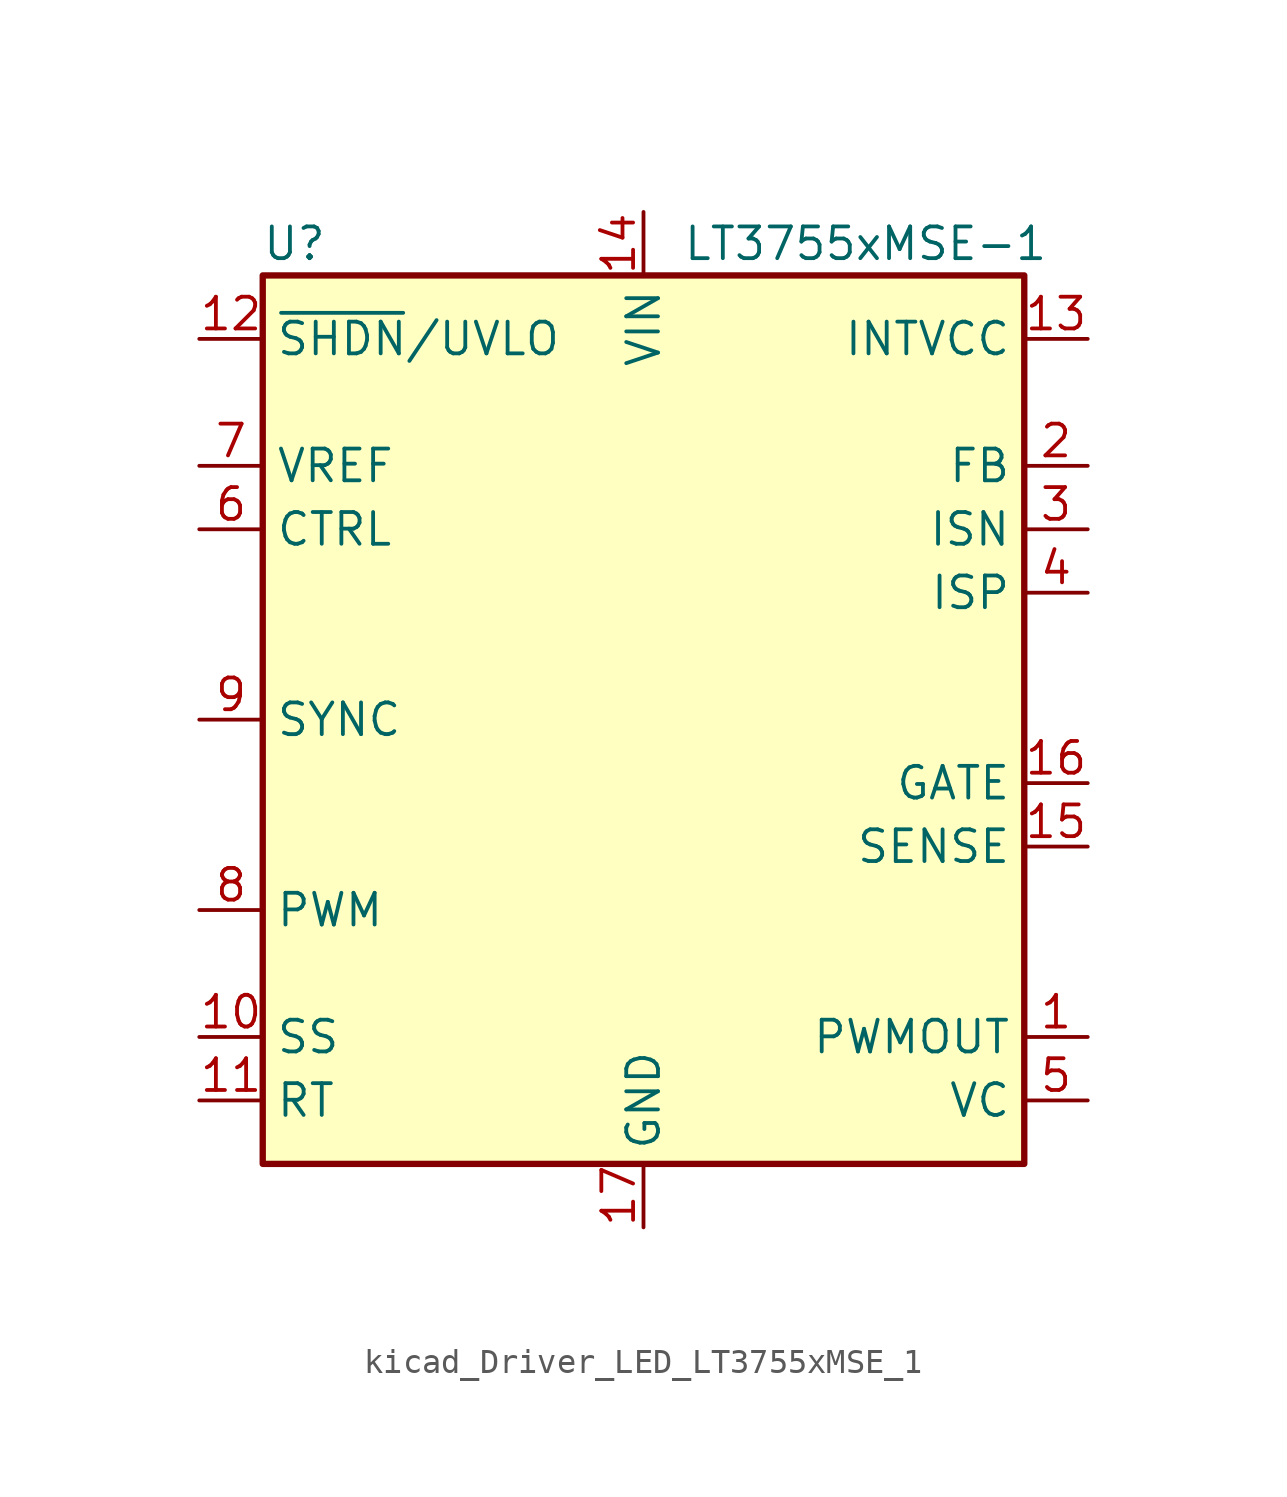
<source format=kicad_sym>
(kicad_symbol_lib
  (version 20220914)
  (generator kicad_symbol_editor)
  (symbol "kicad_Driver_LED_LT3755xMSE_1"
    (property "Reference" "U"
      (at -13.97 19.05 0)
      (effects (font (size 1.27 1.27))))
    (property "Value" "LT3755xMSE-1"
      (at 8.89 19.05 0)
      (effects (font (size 1.27 1.27))))
    (symbol "kicad_Driver_LED_LT3755xMSE_1_0_1"
      (rectangle (start -15.24 -17.78) (end 15.24 17.78) (stroke (width 0.254) (type default)) (fill (type background))))
    (symbol "kicad_Driver_LED_LT3755xMSE_1_1_1"
      (pin output line (at 17.78 -12.7 180) (length 2.54) (name "PWMOUT" (effects (font (size 1.27 1.27)))) (number "1" (effects (font (size 1.27 1.27)))))
      (pin input line (at -17.78 -12.7 0) (length 2.54) (name "SS" (effects (font (size 1.27 1.27)))) (number "10" (effects (font (size 1.27 1.27)))))
      (pin input line (at -17.78 -15.24 0) (length 2.54) (name "RT" (effects (font (size 1.27 1.27)))) (number "11" (effects (font (size 1.27 1.27)))))
      (pin input line (at -17.78 15.24 0) (length 2.54) (name "~{SHDN}/UVLO" (effects (font (size 1.27 1.27)))) (number "12" (effects (font (size 1.27 1.27)))))
      (pin power_out line (at 17.78 15.24 180) (length 2.54) (name "INTVCC" (effects (font (size 1.27 1.27)))) (number "13" (effects (font (size 1.27 1.27)))))
      (pin power_in line (at 0 20.32 270) (length 2.54) (name "VIN" (effects (font (size 1.27 1.27)))) (number "14" (effects (font (size 1.27 1.27)))))
      (pin input line (at 17.78 -5.08 180) (length 2.54) (name "SENSE" (effects (font (size 1.27 1.27)))) (number "15" (effects (font (size 1.27 1.27)))))
      (pin output line (at 17.78 -2.54 180) (length 2.54) (name "GATE" (effects (font (size 1.27 1.27)))) (number "16" (effects (font (size 1.27 1.27)))))
      (pin power_in line (at 0 -20.32 90) (length 2.54) (name "GND" (effects (font (size 1.27 1.27)))) (number "17" (effects (font (size 1.27 1.27)))))
      (pin input line (at 17.78 10.16 180) (length 2.54) (name "FB" (effects (font (size 1.27 1.27)))) (number "2" (effects (font (size 1.27 1.27)))))
      (pin input line (at 17.78 7.62 180) (length 2.54) (name "ISN" (effects (font (size 1.27 1.27)))) (number "3" (effects (font (size 1.27 1.27)))))
      (pin input line (at 17.78 5.08 180) (length 2.54) (name "ISP" (effects (font (size 1.27 1.27)))) (number "4" (effects (font (size 1.27 1.27)))))
      (pin output line (at 17.78 -15.24 180) (length 2.54) (name "VC" (effects (font (size 1.27 1.27)))) (number "5" (effects (font (size 1.27 1.27)))))
      (pin input line (at -17.78 7.62 0) (length 2.54) (name "CTRL" (effects (font (size 1.27 1.27)))) (number "6" (effects (font (size 1.27 1.27)))))
      (pin output line (at -17.78 10.16 0) (length 2.54) (name "VREF" (effects (font (size 1.27 1.27)))) (number "7" (effects (font (size 1.27 1.27)))))
      (pin input line (at -17.78 -7.62 0) (length 2.54) (name "PWM" (effects (font (size 1.27 1.27)))) (number "8" (effects (font (size 1.27 1.27)))))
      (pin input line (at -17.78 0 0) (length 2.54) (name "SYNC" (effects (font (size 1.27 1.27)))) (number "9" (effects (font (size 1.27 1.27))))))))
</source>
